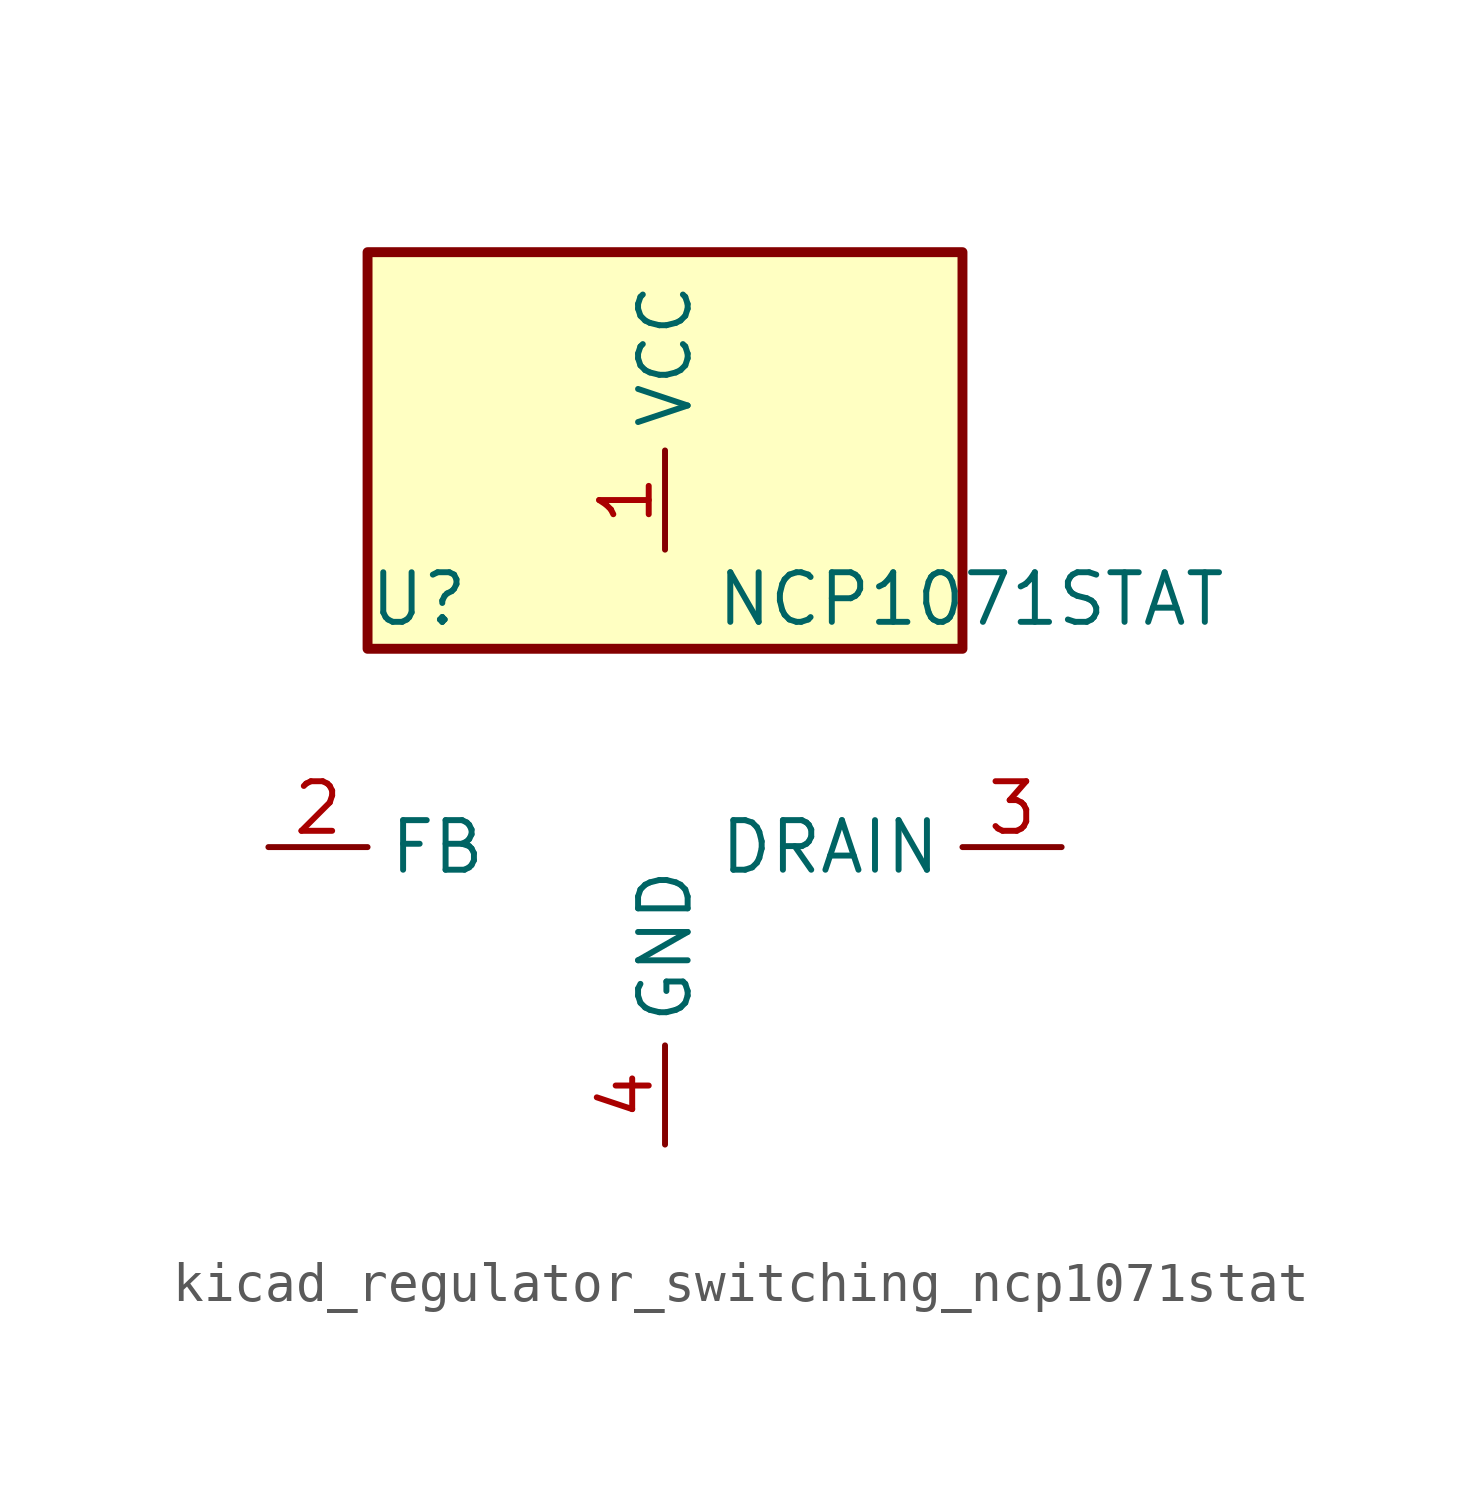
<source format=kicad_sym>
(kicad_symbol_lib
  (version 20220914)
  (generator kicad_symbol_editor)
  (symbol "kicad_regulator_switching_ncp1071stat"
    (property "Reference" "U"
      (at -7.62 6.35 0)
      (effects (font (size 1.27 1.27)) (justify left)))
    (property "Value" "NCP1071STAT"
      (at 1.27 6.35 0)
      (effects (font (size 1.27 1.27)) (justify left)))
    (symbol "kicad_regulator_switching_ncp1071stat_0_1"
      (rectangle (start 7.62 15.24) (end -7.62 5.08) (stroke (width 0.254) (type default)) (fill (type background))))
    (symbol "kicad_regulator_switching_ncp1071stat_1_1"
      (pin power_in line (at 0 7.62 90) (length 2.54) (name "VCC" (effects (font (size 1.27 1.27)))) (number "1" (effects (font (size 1.27 1.27)))))
      (pin input line (at -10.16 0 0) (length 2.54) (name "FB" (effects (font (size 1.27 1.27)))) (number "2" (effects (font (size 1.27 1.27)))))
      (pin open_collector line (at 10.16 0 180) (length 2.54) (name "DRAIN" (effects (font (size 1.27 1.27)))) (number "3" (effects (font (size 1.27 1.27)))))
      (pin power_in line (at 0 -7.62 90) (length 2.54) (name "GND" (effects (font (size 1.27 1.27)))) (number "4" (effects (font (size 1.27 1.27))))))))
</source>
